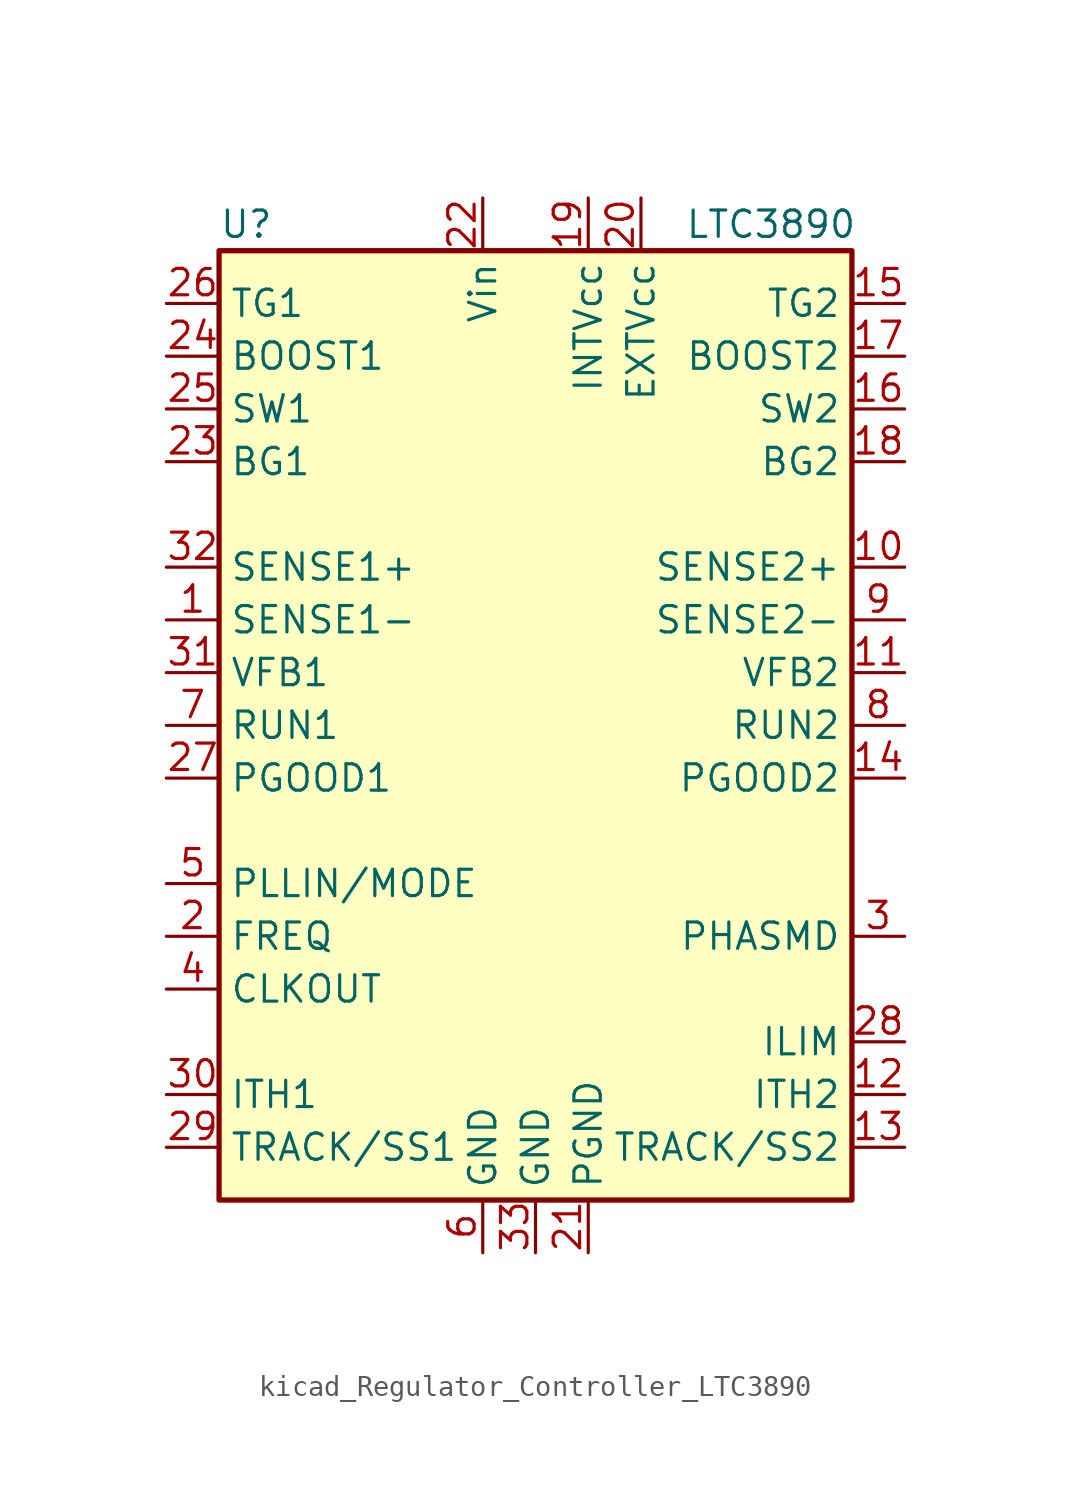
<source format=kicad_sym>
(kicad_symbol_lib
  (version 20220914)
  (generator kicad_symbol_editor)
  (symbol "kicad_Regulator_Controller_LTC3890"
    (property "Reference" "U"
      (at -15.24 24.13 0)
      (effects (font (size 1.27 1.27)) (justify left)))
    (property "Value" "LTC3890"
      (at 15.494 24.13 0)
      (effects (font (size 1.27 1.27)) (justify right)))
    (symbol "kicad_Regulator_Controller_LTC3890_0_1"
      (rectangle (start -15.24 22.86) (end 15.24 -22.86) (stroke (width 0.254) (type default)) (fill (type background))))
    (symbol "kicad_Regulator_Controller_LTC3890_1_1"
      (pin input line (at -17.78 5.08 0) (length 2.54) (name "SENSE1-" (effects (font (size 1.27 1.27)))) (number "1" (effects (font (size 1.27 1.27)))))
      (pin input line (at 17.78 7.62 180) (length 2.54) (name "SENSE2+" (effects (font (size 1.27 1.27)))) (number "10" (effects (font (size 1.27 1.27)))))
      (pin input line (at 17.78 2.54 180) (length 2.54) (name "VFB2" (effects (font (size 1.27 1.27)))) (number "11" (effects (font (size 1.27 1.27)))))
      (pin passive line (at 17.78 -17.78 180) (length 2.54) (name "ITH2" (effects (font (size 1.27 1.27)))) (number "12" (effects (font (size 1.27 1.27)))))
      (pin input line (at 17.78 -20.32 180) (length 2.54) (name "TRACK/SS2" (effects (font (size 1.27 1.27)))) (number "13" (effects (font (size 1.27 1.27)))))
      (pin output line (at 17.78 -2.54 180) (length 2.54) (name "PGOOD2" (effects (font (size 1.27 1.27)))) (number "14" (effects (font (size 1.27 1.27)))))
      (pin output line (at 17.78 20.32 180) (length 2.54) (name "TG2" (effects (font (size 1.27 1.27)))) (number "15" (effects (font (size 1.27 1.27)))))
      (pin output line (at 17.78 15.24 180) (length 2.54) (name "SW2" (effects (font (size 1.27 1.27)))) (number "16" (effects (font (size 1.27 1.27)))))
      (pin output line (at 17.78 17.78 180) (length 2.54) (name "BOOST2" (effects (font (size 1.27 1.27)))) (number "17" (effects (font (size 1.27 1.27)))))
      (pin output line (at 17.78 12.7 180) (length 2.54) (name "BG2" (effects (font (size 1.27 1.27)))) (number "18" (effects (font (size 1.27 1.27)))))
      (pin power_out line (at 2.54 25.4 270) (length 2.54) (name "INTVcc" (effects (font (size 1.27 1.27)))) (number "19" (effects (font (size 1.27 1.27)))))
      (pin input line (at -17.78 -10.16 0) (length 2.54) (name "FREQ" (effects (font (size 1.27 1.27)))) (number "2" (effects (font (size 1.27 1.27)))))
      (pin power_in line (at 5.08 25.4 270) (length 2.54) (name "EXTVcc" (effects (font (size 1.27 1.27)))) (number "20" (effects (font (size 1.27 1.27)))))
      (pin power_in line (at 2.54 -25.4 90) (length 2.54) (name "PGND" (effects (font (size 1.27 1.27)))) (number "21" (effects (font (size 1.27 1.27)))))
      (pin power_in line (at -2.54 25.4 270) (length 2.54) (name "Vin" (effects (font (size 1.27 1.27)))) (number "22" (effects (font (size 1.27 1.27)))))
      (pin output line (at -17.78 12.7 0) (length 2.54) (name "BG1" (effects (font (size 1.27 1.27)))) (number "23" (effects (font (size 1.27 1.27)))))
      (pin output line (at -17.78 17.78 0) (length 2.54) (name "BOOST1" (effects (font (size 1.27 1.27)))) (number "24" (effects (font (size 1.27 1.27)))))
      (pin output line (at -17.78 15.24 0) (length 2.54) (name "SW1" (effects (font (size 1.27 1.27)))) (number "25" (effects (font (size 1.27 1.27)))))
      (pin output line (at -17.78 20.32 0) (length 2.54) (name "TG1" (effects (font (size 1.27 1.27)))) (number "26" (effects (font (size 1.27 1.27)))))
      (pin output line (at -17.78 -2.54 0) (length 2.54) (name "PGOOD1" (effects (font (size 1.27 1.27)))) (number "27" (effects (font (size 1.27 1.27)))))
      (pin input line (at 17.78 -15.24 180) (length 2.54) (name "ILIM" (effects (font (size 1.27 1.27)))) (number "28" (effects (font (size 1.27 1.27)))))
      (pin input line (at -17.78 -20.32 0) (length 2.54) (name "TRACK/SS1" (effects (font (size 1.27 1.27)))) (number "29" (effects (font (size 1.27 1.27)))))
      (pin input line (at 17.78 -10.16 180) (length 2.54) (name "PHASMD" (effects (font (size 1.27 1.27)))) (number "3" (effects (font (size 1.27 1.27)))))
      (pin passive line (at -17.78 -17.78 0) (length 2.54) (name "ITH1" (effects (font (size 1.27 1.27)))) (number "30" (effects (font (size 1.27 1.27)))))
      (pin input line (at -17.78 2.54 0) (length 2.54) (name "VFB1" (effects (font (size 1.27 1.27)))) (number "31" (effects (font (size 1.27 1.27)))))
      (pin input line (at -17.78 7.62 0) (length 2.54) (name "SENSE1+" (effects (font (size 1.27 1.27)))) (number "32" (effects (font (size 1.27 1.27)))))
      (pin power_in line (at 0 -25.4 90) (length 2.54) (name "GND" (effects (font (size 1.27 1.27)))) (number "33" (effects (font (size 1.27 1.27)))))
      (pin output line (at -17.78 -12.7 0) (length 2.54) (name "CLKOUT" (effects (font (size 1.27 1.27)))) (number "4" (effects (font (size 1.27 1.27)))))
      (pin input line (at -17.78 -7.62 0) (length 2.54) (name "PLLIN/MODE" (effects (font (size 1.27 1.27)))) (number "5" (effects (font (size 1.27 1.27)))))
      (pin power_in line (at -2.54 -25.4 90) (length 2.54) (name "GND" (effects (font (size 1.27 1.27)))) (number "6" (effects (font (size 1.27 1.27)))))
      (pin input line (at -17.78 0 0) (length 2.54) (name "RUN1" (effects (font (size 1.27 1.27)))) (number "7" (effects (font (size 1.27 1.27)))))
      (pin input line (at 17.78 0 180) (length 2.54) (name "RUN2" (effects (font (size 1.27 1.27)))) (number "8" (effects (font (size 1.27 1.27)))))
      (pin input line (at 17.78 5.08 180) (length 2.54) (name "SENSE2-" (effects (font (size 1.27 1.27)))) (number "9" (effects (font (size 1.27 1.27))))))))
</source>
